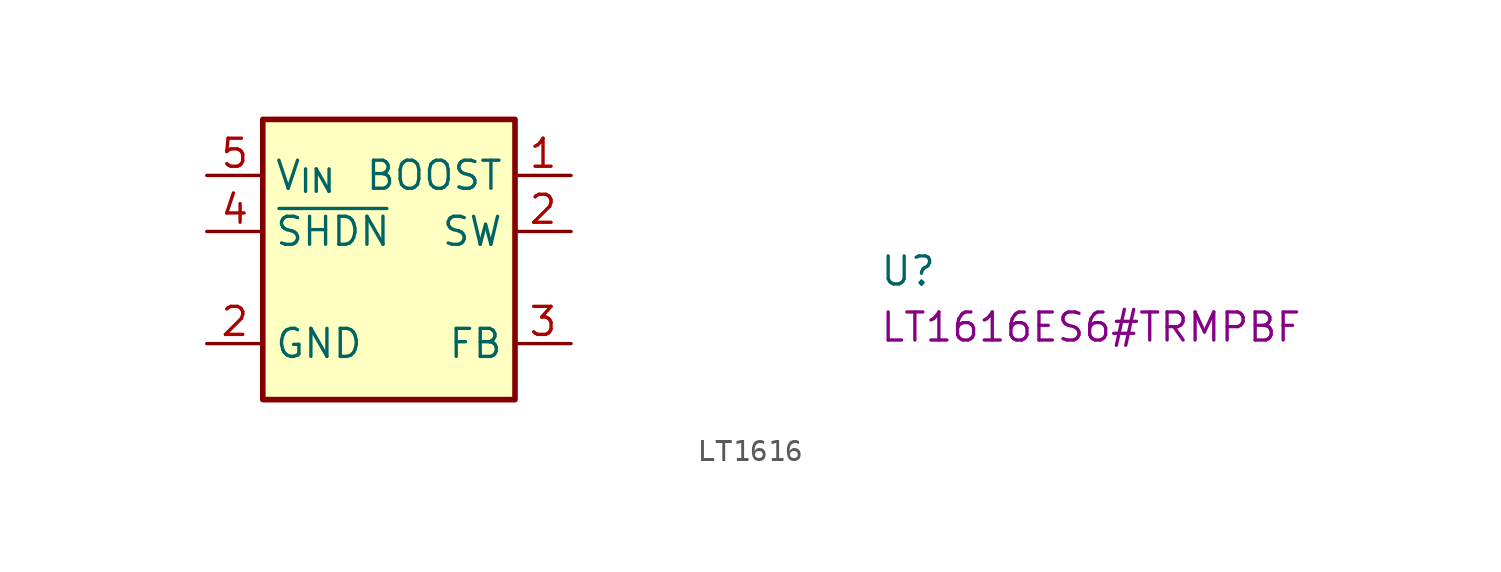
<source format=kicad_sym>
(kicad_symbol_lib
  (version 20220914)
  (generator kicad_symbol_editor)
  (symbol "LT1616"
    (property "Reference" "U"
      (at 30.48 -5.08 0)
      (effects (font (size 1.27 1.27) (thickness 0.15)) (justify left bottom)))
    (property "MPN" "LT1616ES6#TRMPBF"
      (at 30.48 -7.62 0)
      (effects (font (size 1.27 1.27) (thickness 0.15)) (justify left bottom)))
    (symbol "LT1616_1_1"
      (rectangle (start 2.54 2.54) (end 13.97 -10.16) (stroke (width 0.254) (type default)) (fill (type background)))
      (pin input line (at 16.51 0 180) (length 2.54) (name "BOOST" (effects (font (size 1.27 1.27)))) (number "1" (effects (font (size 1.27 1.27)))))
      (pin power_in line (at 0 -7.62 0) (length 2.54) (name "GND" (effects (font (size 1.27 1.27)))) (number "2" (effects (font (size 1.27 1.27)))))
      (pin power_out line (at 16.51 -2.54 180) (length 2.54) (name "SW" (effects (font (size 1.27 1.27)))) (number "2" (effects (font (size 1.27 1.27)))))
      (pin input line (at 16.51 -7.62 180) (length 2.54) (name "FB" (effects (font (size 1.27 1.27)))) (number "3" (effects (font (size 1.27 1.27)))))
      (pin input line (at 0 -2.54 0) (length 2.54) (name "~{SHDN}" (effects (font (size 1.27 1.27)))) (number "4" (effects (font (size 1.27 1.27)))))
      (pin power_in line (at 0 0 0) (length 2.54) (name "V_{IN}" (effects (font (size 1.27 1.27)))) (number "5" (effects (font (size 1.27 1.27))))))))
</source>
